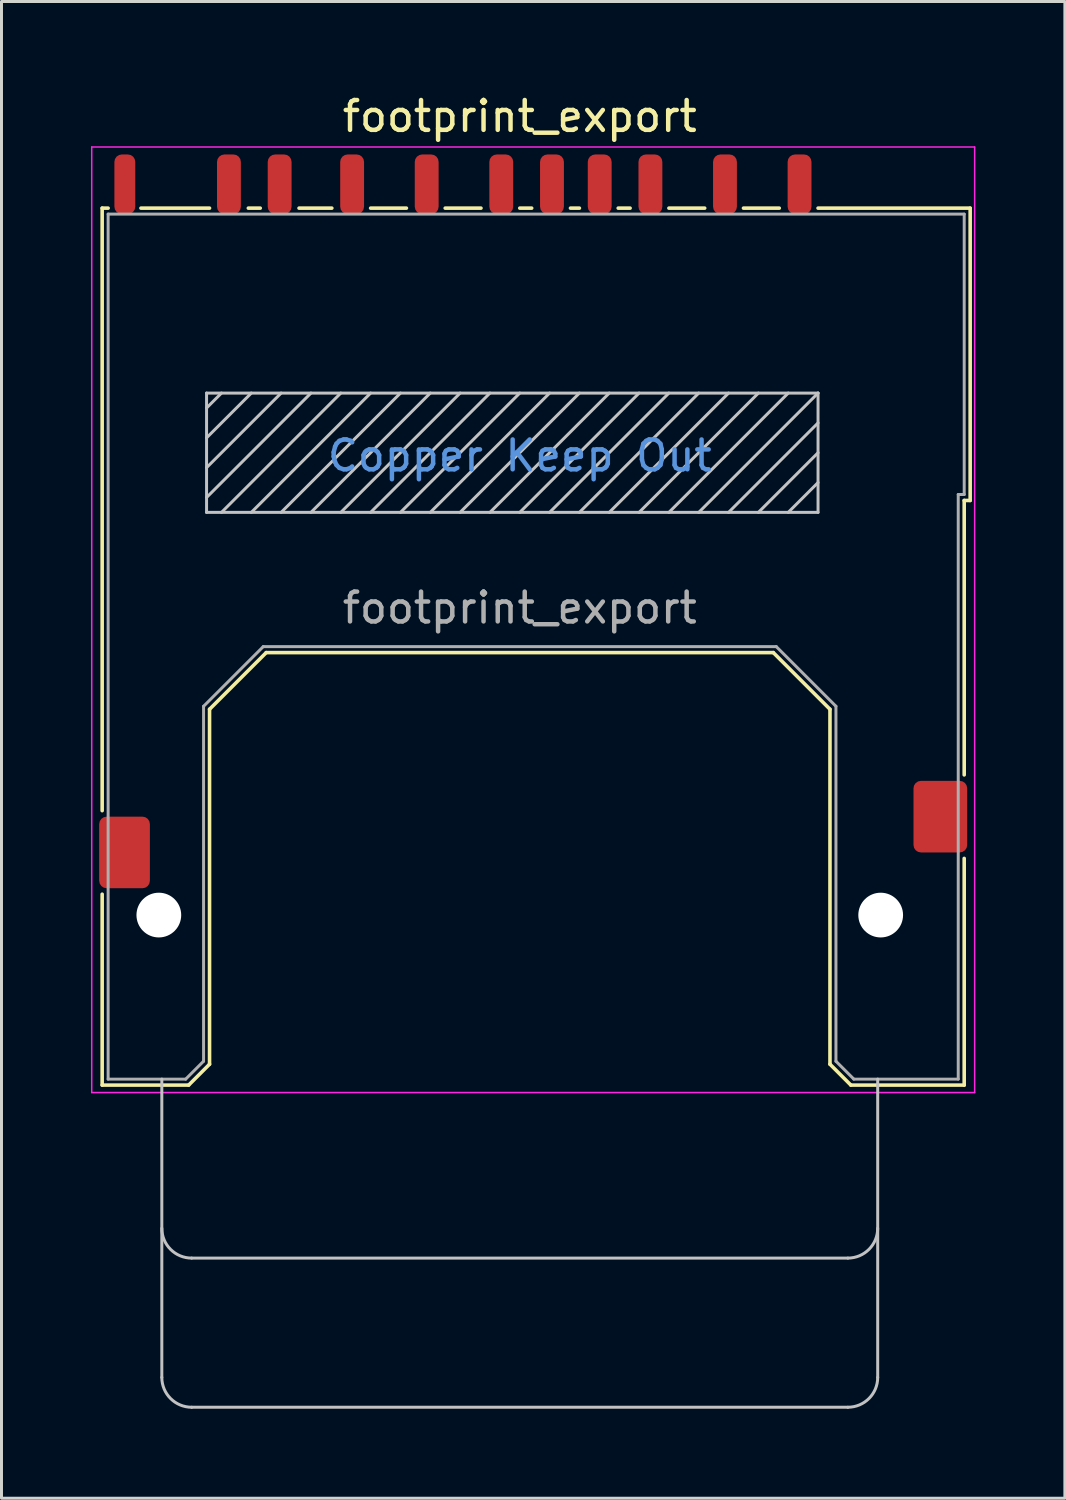
<source format=kicad_pcb>
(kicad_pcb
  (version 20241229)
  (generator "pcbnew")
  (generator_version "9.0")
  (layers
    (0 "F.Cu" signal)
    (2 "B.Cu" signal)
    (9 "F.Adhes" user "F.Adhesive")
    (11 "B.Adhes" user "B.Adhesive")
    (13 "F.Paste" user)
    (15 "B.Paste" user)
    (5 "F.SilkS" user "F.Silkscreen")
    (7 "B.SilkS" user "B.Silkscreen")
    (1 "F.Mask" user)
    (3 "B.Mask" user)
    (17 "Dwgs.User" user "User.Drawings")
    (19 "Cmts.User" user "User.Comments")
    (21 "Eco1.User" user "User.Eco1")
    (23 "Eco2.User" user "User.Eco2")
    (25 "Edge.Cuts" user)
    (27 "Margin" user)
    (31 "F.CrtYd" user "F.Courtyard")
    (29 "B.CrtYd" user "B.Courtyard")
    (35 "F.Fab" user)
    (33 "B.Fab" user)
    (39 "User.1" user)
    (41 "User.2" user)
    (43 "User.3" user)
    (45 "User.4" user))
  (footprint "footprint_export"
    (layer "F.Cu")
    (at 14.375 15.628)
    (property "Reference" "footprint_export" (at 0 -14.78 180) (layer "F.SilkS") (effects (font (size 1 1) (thickness 0.15))))
    (attr smd)
    (fp_line (start -14 -11.7) (end -14 8.5) (stroke (width 0.12) (type solid)) (layer "F.SilkS"))
    (fp_line (start -14 11.3) (end -14 17.7) (stroke (width 0.12) (type solid)) (layer "F.SilkS"))
    (fp_line (start -14 17.7) (end -11.1 17.7) (stroke (width 0.12) (type solid)) (layer "F.SilkS"))
    (fp_line (start -13.8 -11.7) (end -14 -11.7) (stroke (width 0.12) (type solid)) (layer "F.SilkS"))
    (fp_line (start -10.4 -11.7) (end -12.7 -11.7) (stroke (width 0.12) (type solid)) (layer "F.SilkS"))
    (fp_line (start -10.4 17) (end -11.1 17.7) (stroke (width 0.12) (type solid)) (layer "F.SilkS"))
    (fp_line (start -10.4 17) (end -10.4 5.1) (stroke (width 0.12) (type solid)) (layer "F.SilkS"))
    (fp_line (start -8.7 -11.7) (end -9.1 -11.7) (stroke (width 0.12) (type solid)) (layer "F.SilkS"))
    (fp_line (start -8.5 3.2) (end -10.4 5.1) (stroke (width 0.12) (type solid)) (layer "F.SilkS"))
    (fp_line (start -8.5 3.2) (end 8.5 3.2) (stroke (width 0.12) (type solid)) (layer "F.SilkS"))
    (fp_line (start -6.3 -11.7) (end -7.4 -11.7) (stroke (width 0.12) (type solid)) (layer "F.SilkS"))
    (fp_line (start -3.8 -11.7) (end -5 -11.7) (stroke (width 0.12) (type solid)) (layer "F.SilkS"))
    (fp_line (start -1.3 -11.7) (end -2.5 -11.7) (stroke (width 0.12) (type solid)) (layer "F.SilkS"))
    (fp_line (start 0.4 -11.7) (end 0 -11.7) (stroke (width 0.12) (type solid)) (layer "F.SilkS"))
    (fp_line (start 2 -11.7) (end 1.7 -11.7) (stroke (width 0.12) (type solid)) (layer "F.SilkS"))
    (fp_line (start 3.7 -11.7) (end 3.3 -11.7) (stroke (width 0.12) (type solid)) (layer "F.SilkS"))
    (fp_line (start 6.2 -11.7) (end 5 -11.7) (stroke (width 0.12) (type solid)) (layer "F.SilkS"))
    (fp_line (start 8.5 3.2) (end 10.4 5.1) (stroke (width 0.12) (type solid)) (layer "F.SilkS"))
    (fp_line (start 8.7 -11.7) (end 7.5 -11.7) (stroke (width 0.12) (type solid)) (layer "F.SilkS"))
    (fp_line (start 10.4 17) (end 10.4 5.1) (stroke (width 0.12) (type solid)) (layer "F.SilkS"))
    (fp_line (start 10.4 17) (end 11.1 17.7) (stroke (width 0.12) (type solid)) (layer "F.SilkS"))
    (fp_line (start 14.9 -1.9) (end 14.9 7.3) (stroke (width 0.12) (type solid)) (layer "F.SilkS"))
    (fp_line (start 14.9 -1.9) (end 15.1 -1.9) (stroke (width 0.12) (type solid)) (layer "F.SilkS"))
    (fp_line (start 14.9 10.1) (end 14.9 17.7) (stroke (width 0.12) (type solid)) (layer "F.SilkS"))
    (fp_line (start 14.9 17.7) (end 11.1 17.7) (stroke (width 0.12) (type solid)) (layer "F.SilkS"))
    (fp_line (start 15.1 -11.7) (end 10 -11.7) (stroke (width 0.12) (type solid)) (layer "F.SilkS"))
    (fp_line (start 15.1 -1.9) (end 15.1 -11.7) (stroke (width 0.12) (type solid)) (layer "F.SilkS"))
    (fp_line (start -12 17.5) (end -12 27.5) (stroke (width 0.1) (type solid)) (layer "Dwgs.User"))
    (fp_line (start -11 23.5) (end 11 23.5) (stroke (width 0.1) (type solid)) (layer "Dwgs.User"))
    (fp_line (start -11 28.5) (end 11 28.5) (stroke (width 0.1) (type solid)) (layer "Dwgs.User"))
    (fp_line (start -10.5 -5.5) (end 10 -5.5) (stroke (width 0.1) (type solid)) (layer "Dwgs.User"))
    (fp_line (start -10.5 -1.5) (end -10.5 -5.5) (stroke (width 0.1) (type solid)) (layer "Dwgs.User"))
    (fp_line (start -10 -5.5) (end -10.5 -5) (stroke (width 0.1) (type solid)) (layer "Dwgs.User"))
    (fp_line (start -9 -5.5) (end -10.5 -4) (stroke (width 0.1) (type solid)) (layer "Dwgs.User"))
    (fp_line (start -8 -5.5) (end -10.5 -3) (stroke (width 0.1) (type solid)) (layer "Dwgs.User"))
    (fp_line (start -7 -5.5) (end -10.5 -2) (stroke (width 0.1) (type solid)) (layer "Dwgs.User"))
    (fp_line (start -6 -5.5) (end -10 -1.5) (stroke (width 0.1) (type solid)) (layer "Dwgs.User"))
    (fp_line (start -5 -5.5) (end -9 -1.5) (stroke (width 0.1) (type solid)) (layer "Dwgs.User"))
    (fp_line (start -4 -5.5) (end -8 -1.5) (stroke (width 0.1) (type solid)) (layer "Dwgs.User"))
    (fp_line (start -3 -5.5) (end -7 -1.5) (stroke (width 0.1) (type solid)) (layer "Dwgs.User"))
    (fp_line (start -2 -5.5) (end -6 -1.5) (stroke (width 0.1) (type solid)) (layer "Dwgs.User"))
    (fp_line (start -1 -5.5) (end -5 -1.5) (stroke (width 0.1) (type solid)) (layer "Dwgs.User"))
    (fp_line (start 0 -5.5) (end -4 -1.5) (stroke (width 0.1) (type solid)) (layer "Dwgs.User"))
    (fp_line (start 1 -5.5) (end -3 -1.5) (stroke (width 0.1) (type solid)) (layer "Dwgs.User"))
    (fp_line (start 2 -5.5) (end -2 -1.5) (stroke (width 0.1) (type solid)) (layer "Dwgs.User"))
    (fp_line (start 3 -5.5) (end -1 -1.5) (stroke (width 0.1) (type solid)) (layer "Dwgs.User"))
    (fp_line (start 4 -5.5) (end 0 -1.5) (stroke (width 0.1) (type solid)) (layer "Dwgs.User"))
    (fp_line (start 5 -5.5) (end 1 -1.5) (stroke (width 0.1) (type solid)) (layer "Dwgs.User"))
    (fp_line (start 6 -5.5) (end 2 -1.5) (stroke (width 0.1) (type solid)) (layer "Dwgs.User"))
    (fp_line (start 7 -5.5) (end 3 -1.5) (stroke (width 0.1) (type solid)) (layer "Dwgs.User"))
    (fp_line (start 8 -5.5) (end 4 -1.5) (stroke (width 0.1) (type solid)) (layer "Dwgs.User"))
    (fp_line (start 9 -5.5) (end 5 -1.5) (stroke (width 0.1) (type solid)) (layer "Dwgs.User"))
    (fp_line (start 10 -5.5) (end 6 -1.5) (stroke (width 0.1) (type solid)) (layer "Dwgs.User"))
    (fp_line (start 10 -5.5) (end 10 -1.5) (stroke (width 0.1) (type solid)) (layer "Dwgs.User"))
    (fp_line (start 10 -4.5) (end 7 -1.5) (stroke (width 0.1) (type solid)) (layer "Dwgs.User"))
    (fp_line (start 10 -3.5) (end 8 -1.5) (stroke (width 0.1) (type solid)) (layer "Dwgs.User"))
    (fp_line (start 10 -2.5) (end 9 -1.5) (stroke (width 0.1) (type solid)) (layer "Dwgs.User"))
    (fp_line (start 10 -1.5) (end -10.5 -1.5) (stroke (width 0.1) (type solid)) (layer "Dwgs.User"))
    (fp_line (start 12 27.5) (end 12 17.5) (stroke (width 0.1) (type solid)) (layer "Dwgs.User"))
    (fp_arc (start -11 23.5) (mid -11.707107 23.207107) (end -12 22.5) (stroke (width 0.1) (type solid)) (layer "Dwgs.User"))
    (fp_arc (start -11 28.5) (mid -11.707107 28.207107) (end -12 27.5) (stroke (width 0.1) (type solid)) (layer "Dwgs.User"))
    (fp_arc (start 12 22.5) (mid 11.707107 23.207107) (end 11 23.5) (stroke (width 0.1) (type solid)) (layer "Dwgs.User"))
    (fp_arc (start 12 27.5) (mid 11.707107 28.207107) (end 11 28.5) (stroke (width 0.1) (type solid)) (layer "Dwgs.User"))
    (fp_line (start -14.35 -13.75) (end 15.25 -13.75) (stroke (width 0.05) (type solid)) (layer "F.CrtYd"))
    (fp_line (start -14.35 17.95) (end -14.35 -13.75) (stroke (width 0.05) (type solid)) (layer "F.CrtYd"))
    (fp_line (start 15.25 -13.75) (end 15.25 17.95) (stroke (width 0.05) (type solid)) (layer "F.CrtYd"))
    (fp_line (start 15.25 17.95) (end -14.35 17.95) (stroke (width 0.05) (type solid)) (layer "F.CrtYd"))
    (fp_line (start -13.8 -11.5) (end -13.8 17.5) (stroke (width 0.1) (type solid)) (layer "F.Fab"))
    (fp_line (start -13.8 17.5) (end -11.2 17.5) (stroke (width 0.1) (type solid)) (layer "F.Fab"))
    (fp_line (start -10.6 16.9) (end -11.2 17.5) (stroke (width 0.1) (type solid)) (layer "F.Fab"))
    (fp_line (start -10.6 16.9) (end -10.6 5) (stroke (width 0.1) (type solid)) (layer "F.Fab"))
    (fp_line (start -8.6 3) (end -10.6 5) (stroke (width 0.1) (type solid)) (layer "F.Fab"))
    (fp_line (start -8.6 3) (end 8.6 3) (stroke (width 0.1) (type solid)) (layer "F.Fab"))
    (fp_line (start 10.6 5) (end 8.6 3) (stroke (width 0.1) (type solid)) (layer "F.Fab"))
    (fp_line (start 10.6 5) (end 10.6 16.9) (stroke (width 0.1) (type solid)) (layer "F.Fab"))
    (fp_line (start 11.2 17.5) (end 10.6 16.9) (stroke (width 0.1) (type solid)) (layer "F.Fab"))
    (fp_line (start 11.2 17.5) (end 14.7 17.5) (stroke (width 0.1) (type solid)) (layer "F.Fab"))
    (fp_line (start 14.7 -2.1) (end 14.9 -2.1) (stroke (width 0.1) (type solid)) (layer "F.Fab"))
    (fp_line (start 14.7 17.5) (end 14.7 -2.1) (stroke (width 0.1) (type solid)) (layer "F.Fab"))
    (fp_line (start 14.9 -11.5) (end -13.8 -11.5) (stroke (width 0.1) (type solid)) (layer "F.Fab"))
    (fp_line (start 14.9 -2.1) (end 14.9 -11.5) (stroke (width 0.1) (type solid)) (layer "F.Fab"))
    (fp_text user "Copper Keep Out" (at 0 -3.4 180) (layer "Cmts.User") (effects (font (size 1 1) (thickness 0.15))))
    (fp_text user "${REFERENCE}" (at 0 1.7 180) (layer "F.Fab") (effects (font (size 1 1) (thickness 0.15))))
    (pad "" np_thru_hole circle (at -12.1 12 180) (size 1.5 1.5) (drill 1.5) (layers "*.Cu" "*.Mask"))
    (pad "" np_thru_hole circle (at 12.1 12 180) (size 1.5 1.5) (drill 1.5) (layers "*.Cu" "*.Mask"))
    (pad "1" smd roundrect (at 6.88 -12.5) (size 0.8 2) (layers "F.Cu" "F.Mask" "F.Paste") (roundrect_rratio 0.313))
    (pad "2" smd roundrect (at 4.38 -12.5) (size 0.8 2) (layers "F.Cu" "F.Mask" "F.Paste") (roundrect_rratio 0.313))
    (pad "3" smd roundrect (at 1.08 -12.5) (size 0.8 2) (layers "F.Cu" "F.Mask" "F.Paste") (roundrect_rratio 0.313))
    (pad "4" smd roundrect (at -0.62 -12.5) (size 0.8 2) (layers "F.Cu" "F.Mask" "F.Paste") (roundrect_rratio 0.313))
    (pad "5" smd roundrect (at -3.12 -12.5) (size 0.8 2) (layers "F.Cu" "F.Mask" "F.Paste") (roundrect_rratio 0.313))
    (pad "6" smd roundrect (at -5.62 -12.5) (size 0.8 2) (layers "F.Cu" "F.Mask" "F.Paste") (roundrect_rratio 0.313))
    (pad "7" smd roundrect (at -8.05 -12.5) (size 0.8 2) (layers "F.Cu" "F.Mask" "F.Paste") (roundrect_rratio 0.313))
    (pad "8" smd roundrect (at -9.75 -12.5) (size 0.8 2) (layers "F.Cu" "F.Mask" "F.Paste") (roundrect_rratio 0.313))
    (pad "9" smd roundrect (at 9.38 -12.5) (size 0.8 2) (layers "F.Cu" "F.Mask" "F.Paste") (roundrect_rratio 0.313))
    (pad "10" smd roundrect (at 2.68 -12.5) (size 0.8 2) (layers "F.Cu" "F.Mask" "F.Paste") (roundrect_rratio 0.313))
    (pad "11" smd roundrect (at -13.24 -12.5) (size 0.7 2) (layers "F.Cu" "F.Mask" "F.Paste") (roundrect_rratio 0.357))
    (pad "12" smd roundrect (at 14.1 8.7) (size 1.8 2.4) (layers "F.Cu" "F.Mask" "F.Paste") (roundrect_rratio 0.139))
    (pad "13" smd roundrect (at -13.25 9.9) (size 1.7 2.4) (layers "F.Cu" "F.Mask" "F.Paste") (roundrect_rratio 0.147)))
  (gr_rect
    (start -3 -3)
    (end 32.65 47.178)
    (stroke (width 0.1) (type default))
    (fill no)
    (layer "Edge.Cuts")))
</source>
